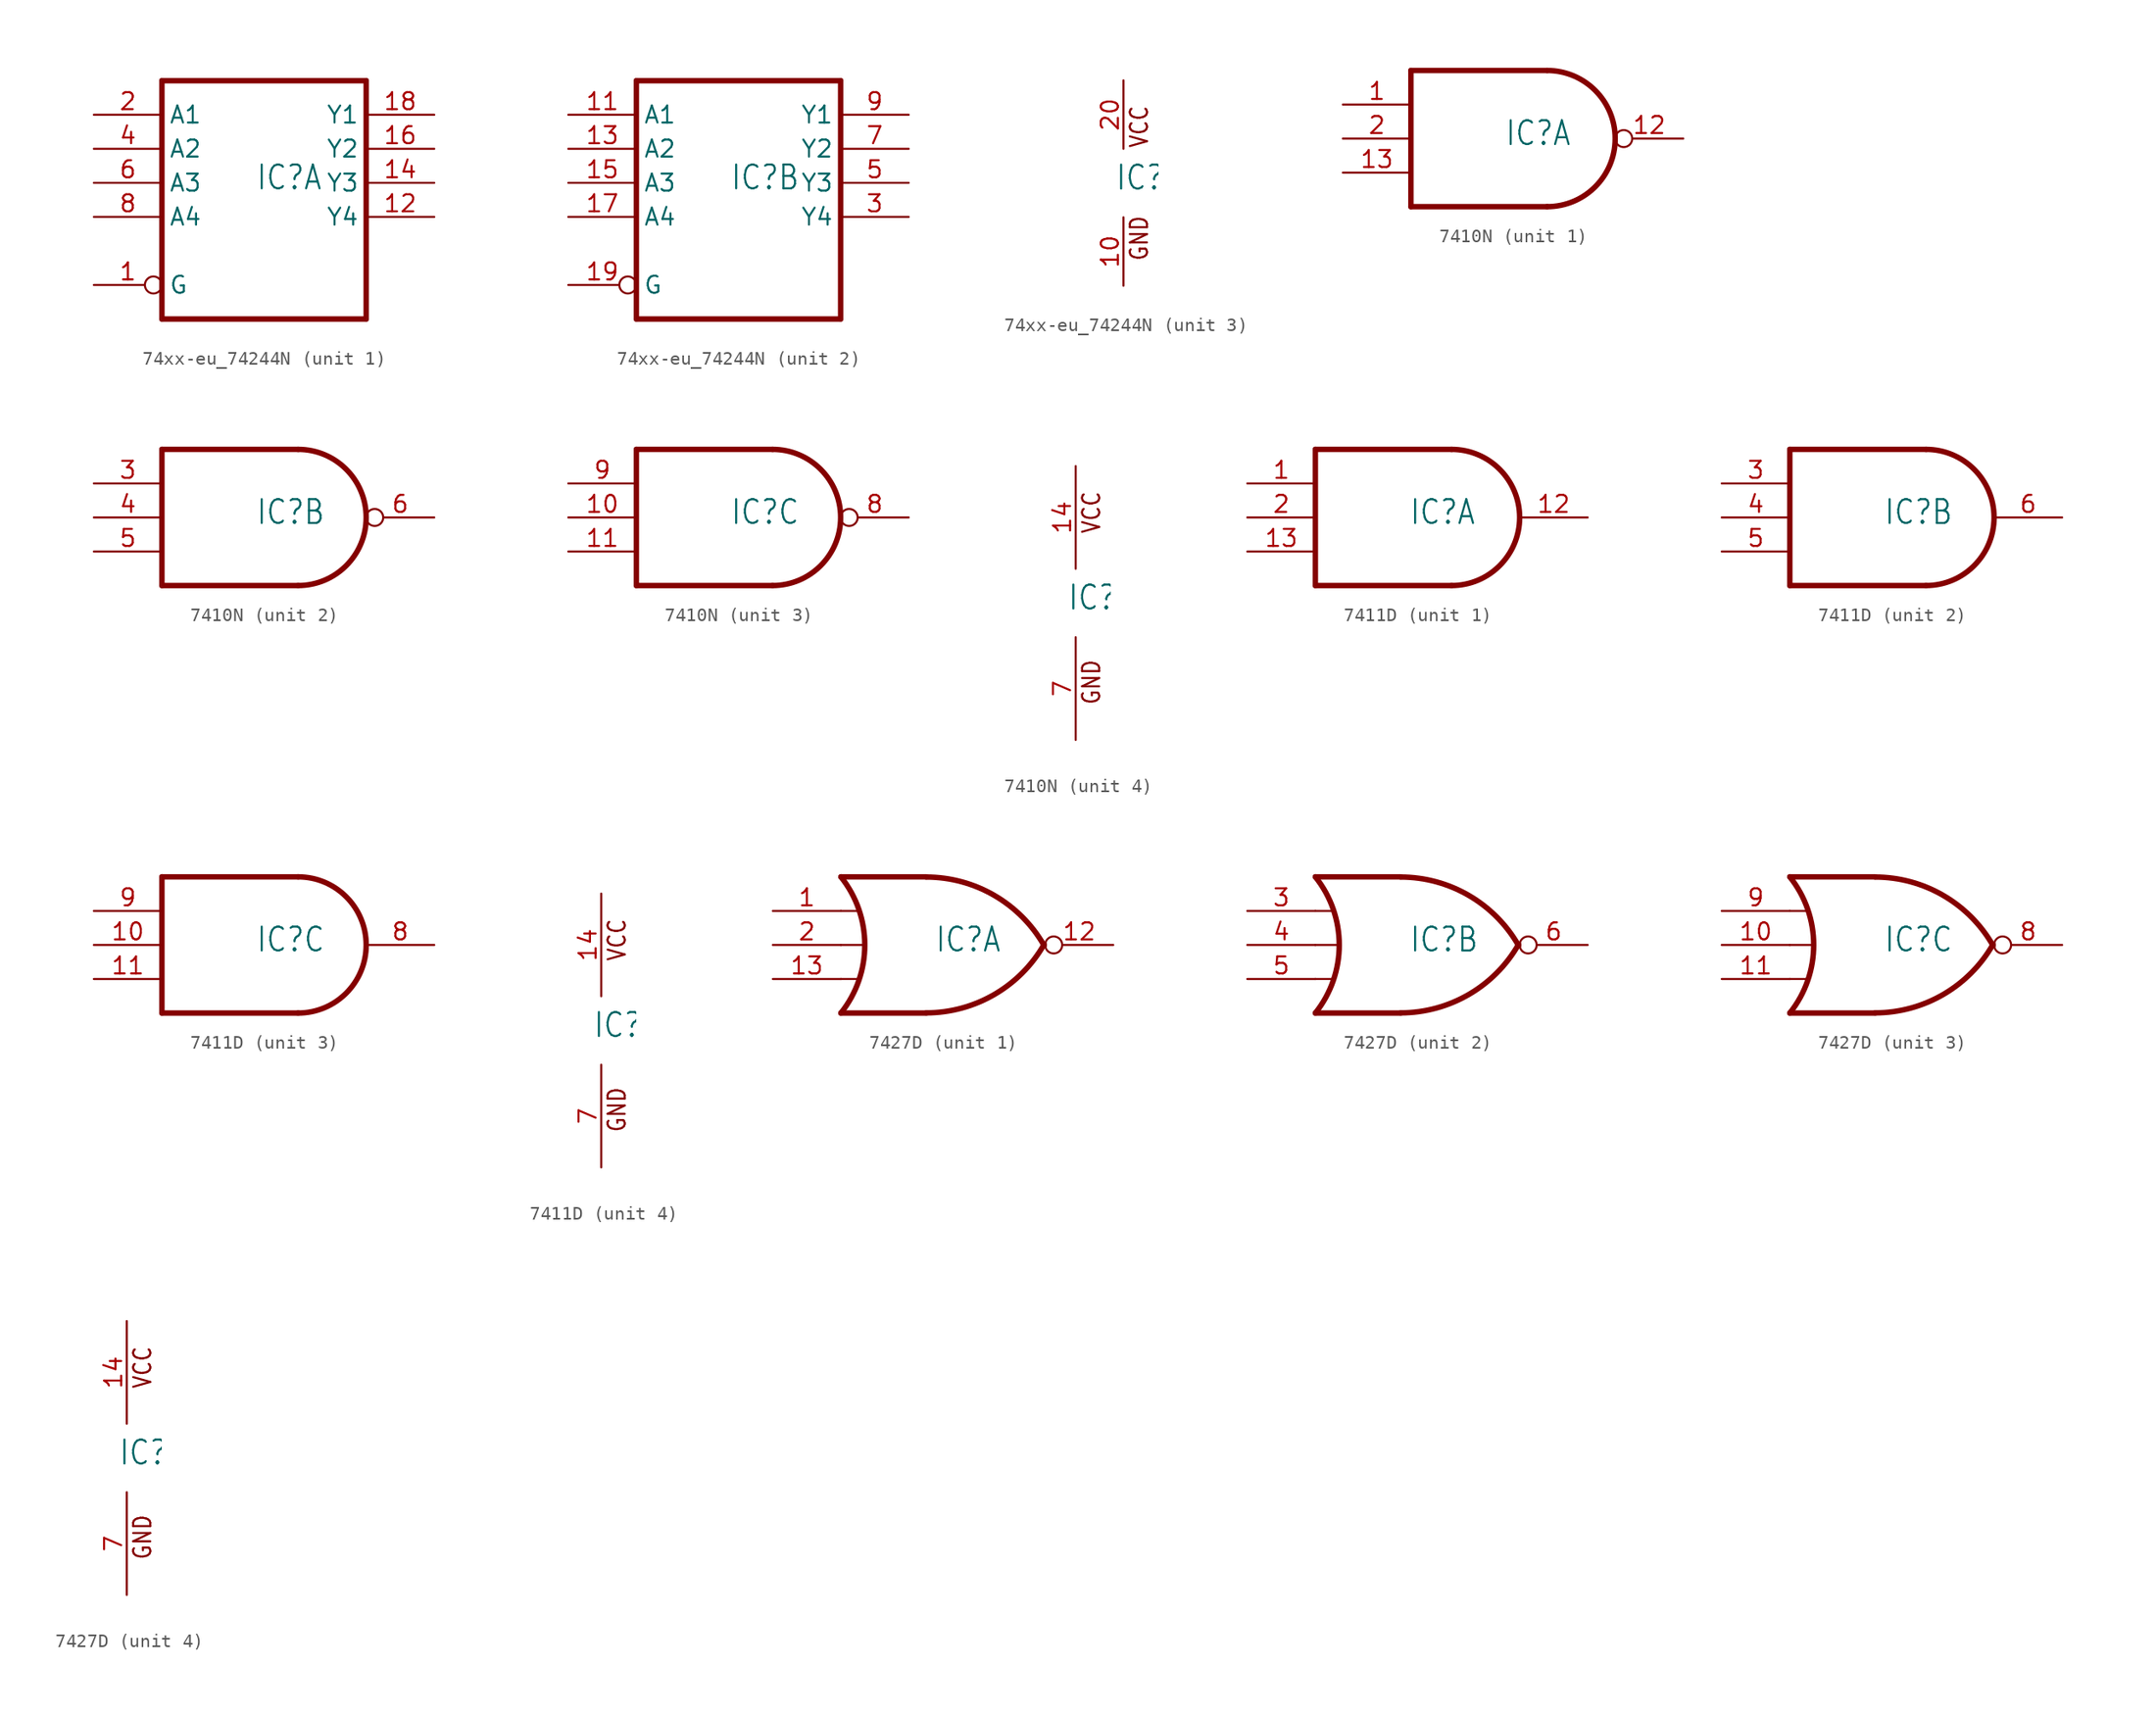
<source format=kicad_sym>
(kicad_symbol_lib
  (version 20220914)
  (generator kicad_symbol_editor)
  (symbol "74xx-eu_74244N"
    (property "Reference" "IC"
      (at -0.635 -0.635 0)
      (effects (font (size 1.778 1.511)) (justify left bottom)))
    (property "ki_locked" ""
      (at 0 0 0)
      (effects (font (size 1.27 1.27))))
    (symbol "74xx-eu_74244N_1_0"
      (polyline (pts (xy -7.62 -10.16) (xy 7.62 -10.16)) (stroke (width 0.406) (type solid)) (fill (type none)))
      (polyline (pts (xy -7.62 7.62) (xy -7.62 -10.16)) (stroke (width 0.406) (type solid)) (fill (type none)))
      (polyline (pts (xy 7.62 -10.16) (xy 7.62 7.62)) (stroke (width 0.406) (type solid)) (fill (type none)))
      (polyline (pts (xy 7.62 7.62) (xy -7.62 7.62)) (stroke (width 0.406) (type solid)) (fill (type none)))
      (pin input inverted (at -12.7 -7.62 0) (length 5.08) (name "G" (effects (font (size 1.27 1.27)))) (number "1" (effects (font (size 1.27 1.27)))))
      (pin tri_state line (at 12.7 -2.54 180) (length 5.08) (name "Y4" (effects (font (size 1.27 1.27)))) (number "12" (effects (font (size 1.27 1.27)))))
      (pin tri_state line (at 12.7 0 180) (length 5.08) (name "Y3" (effects (font (size 1.27 1.27)))) (number "14" (effects (font (size 1.27 1.27)))))
      (pin tri_state line (at 12.7 2.54 180) (length 5.08) (name "Y2" (effects (font (size 1.27 1.27)))) (number "16" (effects (font (size 1.27 1.27)))))
      (pin tri_state line (at 12.7 5.08 180) (length 5.08) (name "Y1" (effects (font (size 1.27 1.27)))) (number "18" (effects (font (size 1.27 1.27)))))
      (pin input line (at -12.7 5.08 0) (length 5.08) (name "A1" (effects (font (size 1.27 1.27)))) (number "2" (effects (font (size 1.27 1.27)))))
      (pin input line (at -12.7 2.54 0) (length 5.08) (name "A2" (effects (font (size 1.27 1.27)))) (number "4" (effects (font (size 1.27 1.27)))))
      (pin input line (at -12.7 0 0) (length 5.08) (name "A3" (effects (font (size 1.27 1.27)))) (number "6" (effects (font (size 1.27 1.27)))))
      (pin input line (at -12.7 -2.54 0) (length 5.08) (name "A4" (effects (font (size 1.27 1.27)))) (number "8" (effects (font (size 1.27 1.27))))))
    (symbol "74xx-eu_74244N_2_0"
      (polyline (pts (xy -7.62 -10.16) (xy 7.62 -10.16)) (stroke (width 0.406) (type solid)) (fill (type none)))
      (polyline (pts (xy -7.62 7.62) (xy -7.62 -10.16)) (stroke (width 0.406) (type solid)) (fill (type none)))
      (polyline (pts (xy 7.62 -10.16) (xy 7.62 7.62)) (stroke (width 0.406) (type solid)) (fill (type none)))
      (polyline (pts (xy 7.62 7.62) (xy -7.62 7.62)) (stroke (width 0.406) (type solid)) (fill (type none)))
      (pin input line (at -12.7 5.08 0) (length 5.08) (name "A1" (effects (font (size 1.27 1.27)))) (number "11" (effects (font (size 1.27 1.27)))))
      (pin input line (at -12.7 2.54 0) (length 5.08) (name "A2" (effects (font (size 1.27 1.27)))) (number "13" (effects (font (size 1.27 1.27)))))
      (pin input line (at -12.7 0 0) (length 5.08) (name "A3" (effects (font (size 1.27 1.27)))) (number "15" (effects (font (size 1.27 1.27)))))
      (pin input line (at -12.7 -2.54 0) (length 5.08) (name "A4" (effects (font (size 1.27 1.27)))) (number "17" (effects (font (size 1.27 1.27)))))
      (pin input inverted (at -12.7 -7.62 0) (length 5.08) (name "G" (effects (font (size 1.27 1.27)))) (number "19" (effects (font (size 1.27 1.27)))))
      (pin tri_state line (at 12.7 -2.54 180) (length 5.08) (name "Y4" (effects (font (size 1.27 1.27)))) (number "3" (effects (font (size 1.27 1.27)))))
      (pin tri_state line (at 12.7 0 180) (length 5.08) (name "Y3" (effects (font (size 1.27 1.27)))) (number "5" (effects (font (size 1.27 1.27)))))
      (pin tri_state line (at 12.7 2.54 180) (length 5.08) (name "Y2" (effects (font (size 1.27 1.27)))) (number "7" (effects (font (size 1.27 1.27)))))
      (pin tri_state line (at 12.7 5.08 180) (length 5.08) (name "Y1" (effects (font (size 1.27 1.27)))) (number "9" (effects (font (size 1.27 1.27))))))
    (symbol "74xx-eu_74244N_3_0"
      (text "GND" (at 1.905 -5.842 900) (effects (font (size 1.27 1.079)) (justify left bottom)))
      (text "VCC" (at 1.905 2.54 900) (effects (font (size 1.27 1.079)) (justify left bottom)))
      (pin power_in line (at 0 -7.62 90) (length 5.08) (name "GND" (effects (font (size 0 0)))) (number "10" (effects (font (size 1.27 1.27)))))
      (pin power_in line (at 0 7.62 270) (length 5.08) (name "VCC" (effects (font (size 0 0)))) (number "20" (effects (font (size 1.27 1.27)))))))
  (symbol "7410N"
    (property "Reference" "IC"
      (at -0.635 -0.635 0)
      (effects (font (size 1.778 1.511)) (justify left bottom)))
    (property "ki_locked" ""
      (at 0 0 0)
      (effects (font (size 1.27 1.27))))
    (symbol "7410N_1_0"
      (polyline (pts (xy -7.62 -5.08) (xy 2.54 -5.08)) (stroke (width 0.406) (type solid)) (fill (type none)))
      (polyline (pts (xy -7.62 5.08) (xy -7.62 -5.08)) (stroke (width 0.406) (type solid)) (fill (type none)))
      (polyline (pts (xy 2.54 5.08) (xy -7.62 5.08)) (stroke (width 0.406) (type solid)) (fill (type none)))
      (arc (start 2.5398 -5.08) (mid 7.6199 -0.0001) (end 2.54 5.08) (stroke (width 0.4064) (type solid)) (fill (type none)))
      (pin input line (at -12.7 2.54 0) (length 5.08) (name "I0" (effects (font (size 0 0)))) (number "1" (effects (font (size 1.27 1.27)))))
      (pin output inverted (at 12.7 0 180) (length 5.08) (name "O" (effects (font (size 0 0)))) (number "12" (effects (font (size 1.27 1.27)))))
      (pin input line (at -12.7 -2.54 0) (length 5.08) (name "I2" (effects (font (size 0 0)))) (number "13" (effects (font (size 1.27 1.27)))))
      (pin input line (at -12.7 0 0) (length 5.08) (name "I1" (effects (font (size 0 0)))) (number "2" (effects (font (size 1.27 1.27))))))
    (symbol "7410N_2_0"
      (polyline (pts (xy -7.62 -5.08) (xy 2.54 -5.08)) (stroke (width 0.406) (type solid)) (fill (type none)))
      (polyline (pts (xy -7.62 5.08) (xy -7.62 -5.08)) (stroke (width 0.406) (type solid)) (fill (type none)))
      (polyline (pts (xy 2.54 5.08) (xy -7.62 5.08)) (stroke (width 0.406) (type solid)) (fill (type none)))
      (arc (start 2.5398 -5.08) (mid 7.6199 -0.0001) (end 2.54 5.08) (stroke (width 0.4064) (type solid)) (fill (type none)))
      (pin input line (at -12.7 2.54 0) (length 5.08) (name "I0" (effects (font (size 0 0)))) (number "3" (effects (font (size 1.27 1.27)))))
      (pin input line (at -12.7 0 0) (length 5.08) (name "I1" (effects (font (size 0 0)))) (number "4" (effects (font (size 1.27 1.27)))))
      (pin input line (at -12.7 -2.54 0) (length 5.08) (name "I2" (effects (font (size 0 0)))) (number "5" (effects (font (size 1.27 1.27)))))
      (pin output inverted (at 12.7 0 180) (length 5.08) (name "O" (effects (font (size 0 0)))) (number "6" (effects (font (size 1.27 1.27))))))
    (symbol "7410N_3_0"
      (polyline (pts (xy -7.62 -5.08) (xy 2.54 -5.08)) (stroke (width 0.406) (type solid)) (fill (type none)))
      (polyline (pts (xy -7.62 5.08) (xy -7.62 -5.08)) (stroke (width 0.406) (type solid)) (fill (type none)))
      (polyline (pts (xy 2.54 5.08) (xy -7.62 5.08)) (stroke (width 0.406) (type solid)) (fill (type none)))
      (arc (start 2.5398 -5.08) (mid 7.6199 -0.0001) (end 2.54 5.08) (stroke (width 0.4064) (type solid)) (fill (type none)))
      (pin input line (at -12.7 0 0) (length 5.08) (name "I1" (effects (font (size 0 0)))) (number "10" (effects (font (size 1.27 1.27)))))
      (pin input line (at -12.7 -2.54 0) (length 5.08) (name "I2" (effects (font (size 0 0)))) (number "11" (effects (font (size 1.27 1.27)))))
      (pin output inverted (at 12.7 0 180) (length 5.08) (name "O" (effects (font (size 0 0)))) (number "8" (effects (font (size 1.27 1.27)))))
      (pin input line (at -12.7 2.54 0) (length 5.08) (name "I0" (effects (font (size 0 0)))) (number "9" (effects (font (size 1.27 1.27))))))
    (symbol "7410N_4_0"
      (text "GND" (at 1.905 -7.62 900) (effects (font (size 1.27 1.079)) (justify left bottom)))
      (text "VCC" (at 1.905 5.08 900) (effects (font (size 1.27 1.079)) (justify left bottom)))
      (pin power_in line (at 0 10.16 270) (length 7.62) (name "VCC" (effects (font (size 0 0)))) (number "14" (effects (font (size 1.27 1.27)))))
      (pin power_in line (at 0 -10.16 90) (length 7.62) (name "GND" (effects (font (size 0 0)))) (number "7" (effects (font (size 1.27 1.27)))))))
  (symbol "7411D"
    (property "Reference" "IC"
      (at -0.635 -0.635 0)
      (effects (font (size 1.778 1.511)) (justify left bottom)))
    (property "ki_locked" ""
      (at 0 0 0)
      (effects (font (size 1.27 1.27))))
    (symbol "7411D_1_0"
      (polyline (pts (xy -7.62 -5.08) (xy 2.54 -5.08)) (stroke (width 0.406) (type solid)) (fill (type none)))
      (polyline (pts (xy -7.62 5.08) (xy -7.62 -5.08)) (stroke (width 0.406) (type solid)) (fill (type none)))
      (polyline (pts (xy 2.54 5.08) (xy -7.62 5.08)) (stroke (width 0.406) (type solid)) (fill (type none)))
      (arc (start 2.5398 -5.08) (mid 7.6199 -0.0001) (end 2.54 5.08) (stroke (width 0.4064) (type solid)) (fill (type none)))
      (pin input line (at -12.7 2.54 0) (length 5.08) (name "I0" (effects (font (size 0 0)))) (number "1" (effects (font (size 1.27 1.27)))))
      (pin output line (at 12.7 0 180) (length 5.08) (name "O" (effects (font (size 0 0)))) (number "12" (effects (font (size 1.27 1.27)))))
      (pin input line (at -12.7 -2.54 0) (length 5.08) (name "I2" (effects (font (size 0 0)))) (number "13" (effects (font (size 1.27 1.27)))))
      (pin input line (at -12.7 0 0) (length 5.08) (name "I1" (effects (font (size 0 0)))) (number "2" (effects (font (size 1.27 1.27))))))
    (symbol "7411D_2_0"
      (polyline (pts (xy -7.62 -5.08) (xy 2.54 -5.08)) (stroke (width 0.406) (type solid)) (fill (type none)))
      (polyline (pts (xy -7.62 5.08) (xy -7.62 -5.08)) (stroke (width 0.406) (type solid)) (fill (type none)))
      (polyline (pts (xy 2.54 5.08) (xy -7.62 5.08)) (stroke (width 0.406) (type solid)) (fill (type none)))
      (arc (start 2.5398 -5.08) (mid 7.6199 -0.0001) (end 2.54 5.08) (stroke (width 0.4064) (type solid)) (fill (type none)))
      (pin input line (at -12.7 2.54 0) (length 5.08) (name "I0" (effects (font (size 0 0)))) (number "3" (effects (font (size 1.27 1.27)))))
      (pin input line (at -12.7 0 0) (length 5.08) (name "I1" (effects (font (size 0 0)))) (number "4" (effects (font (size 1.27 1.27)))))
      (pin input line (at -12.7 -2.54 0) (length 5.08) (name "I2" (effects (font (size 0 0)))) (number "5" (effects (font (size 1.27 1.27)))))
      (pin output line (at 12.7 0 180) (length 5.08) (name "O" (effects (font (size 0 0)))) (number "6" (effects (font (size 1.27 1.27))))))
    (symbol "7411D_3_0"
      (polyline (pts (xy -7.62 -5.08) (xy 2.54 -5.08)) (stroke (width 0.406) (type solid)) (fill (type none)))
      (polyline (pts (xy -7.62 5.08) (xy -7.62 -5.08)) (stroke (width 0.406) (type solid)) (fill (type none)))
      (polyline (pts (xy 2.54 5.08) (xy -7.62 5.08)) (stroke (width 0.406) (type solid)) (fill (type none)))
      (arc (start 2.5398 -5.08) (mid 7.6199 -0.0001) (end 2.54 5.08) (stroke (width 0.4064) (type solid)) (fill (type none)))
      (pin input line (at -12.7 0 0) (length 5.08) (name "I1" (effects (font (size 0 0)))) (number "10" (effects (font (size 1.27 1.27)))))
      (pin input line (at -12.7 -2.54 0) (length 5.08) (name "I2" (effects (font (size 0 0)))) (number "11" (effects (font (size 1.27 1.27)))))
      (pin output line (at 12.7 0 180) (length 5.08) (name "O" (effects (font (size 0 0)))) (number "8" (effects (font (size 1.27 1.27)))))
      (pin input line (at -12.7 2.54 0) (length 5.08) (name "I0" (effects (font (size 0 0)))) (number "9" (effects (font (size 1.27 1.27))))))
    (symbol "7411D_4_0"
      (text "GND" (at 1.905 -7.62 900) (effects (font (size 1.27 1.079)) (justify left bottom)))
      (text "VCC" (at 1.905 5.08 900) (effects (font (size 1.27 1.079)) (justify left bottom)))
      (pin power_in line (at 0 10.16 270) (length 7.62) (name "VCC" (effects (font (size 0 0)))) (number "14" (effects (font (size 1.27 1.27)))))
      (pin power_in line (at 0 -10.16 90) (length 7.62) (name "GND" (effects (font (size 0 0)))) (number "7" (effects (font (size 1.27 1.27)))))))
  (symbol "7427D"
    (property "Reference" "IC"
      (at -0.635 -0.635 0)
      (effects (font (size 1.778 1.511)) (justify left bottom)))
    (property "ki_locked" ""
      (at 0 0 0)
      (effects (font (size 1.27 1.27))))
    (symbol "7427D_1_0"
      (arc (start -7.6199 -5.0799) (mid -5.838 0.0001) (end -7.62 5.08) (stroke (width 0.4064) (type solid)) (fill (type none)))
      (arc (start -1.2446 -5.0678) (mid 3.8371 -3.6891) (end 7.5439 0.0506) (stroke (width 0.4064) (type solid)) (fill (type none)))
      (polyline (pts (xy -7.62 -2.54) (xy -6.35 -2.54)) (stroke (width 0.152) (type solid)) (fill (type none)))
      (polyline (pts (xy -7.62 0) (xy -5.842 0)) (stroke (width 0.152) (type solid)) (fill (type none)))
      (polyline (pts (xy -7.62 2.54) (xy -6.35 2.54)) (stroke (width 0.152) (type solid)) (fill (type none)))
      (polyline (pts (xy -1.27 -5.08) (xy -7.62 -5.08)) (stroke (width 0.406) (type solid)) (fill (type none)))
      (polyline (pts (xy -1.27 5.08) (xy -7.62 5.08)) (stroke (width 0.406) (type solid)) (fill (type none)))
      (arc (start 7.5441 -0.0504) (mid 3.8372 3.6892) (end -1.2446 5.0678) (stroke (width 0.4064) (type solid)) (fill (type none)))
      (pin input line (at -12.7 2.54 0) (length 5.08) (name "I0" (effects (font (size 0 0)))) (number "1" (effects (font (size 1.27 1.27)))))
      (pin output inverted (at 12.7 0 180) (length 5.08) (name "O" (effects (font (size 0 0)))) (number "12" (effects (font (size 1.27 1.27)))))
      (pin input line (at -12.7 -2.54 0) (length 5.08) (name "I2" (effects (font (size 0 0)))) (number "13" (effects (font (size 1.27 1.27)))))
      (pin input line (at -12.7 0 0) (length 5.08) (name "I1" (effects (font (size 0 0)))) (number "2" (effects (font (size 1.27 1.27))))))
    (symbol "7427D_2_0"
      (arc (start -7.6199 -5.0799) (mid -5.838 0.0001) (end -7.62 5.08) (stroke (width 0.4064) (type solid)) (fill (type none)))
      (arc (start -1.2446 -5.0678) (mid 3.8371 -3.6891) (end 7.5439 0.0506) (stroke (width 0.4064) (type solid)) (fill (type none)))
      (polyline (pts (xy -7.62 -2.54) (xy -6.35 -2.54)) (stroke (width 0.152) (type solid)) (fill (type none)))
      (polyline (pts (xy -7.62 0) (xy -5.842 0)) (stroke (width 0.152) (type solid)) (fill (type none)))
      (polyline (pts (xy -7.62 2.54) (xy -6.35 2.54)) (stroke (width 0.152) (type solid)) (fill (type none)))
      (polyline (pts (xy -1.27 -5.08) (xy -7.62 -5.08)) (stroke (width 0.406) (type solid)) (fill (type none)))
      (polyline (pts (xy -1.27 5.08) (xy -7.62 5.08)) (stroke (width 0.406) (type solid)) (fill (type none)))
      (arc (start 7.5441 -0.0504) (mid 3.8372 3.6892) (end -1.2446 5.0678) (stroke (width 0.4064) (type solid)) (fill (type none)))
      (pin input line (at -12.7 2.54 0) (length 5.08) (name "I0" (effects (font (size 0 0)))) (number "3" (effects (font (size 1.27 1.27)))))
      (pin input line (at -12.7 0 0) (length 5.08) (name "I1" (effects (font (size 0 0)))) (number "4" (effects (font (size 1.27 1.27)))))
      (pin input line (at -12.7 -2.54 0) (length 5.08) (name "I2" (effects (font (size 0 0)))) (number "5" (effects (font (size 1.27 1.27)))))
      (pin output inverted (at 12.7 0 180) (length 5.08) (name "O" (effects (font (size 0 0)))) (number "6" (effects (font (size 1.27 1.27))))))
    (symbol "7427D_3_0"
      (arc (start -7.6199 -5.0799) (mid -5.838 0.0001) (end -7.62 5.08) (stroke (width 0.4064) (type solid)) (fill (type none)))
      (arc (start -1.2446 -5.0678) (mid 3.8371 -3.6891) (end 7.5439 0.0506) (stroke (width 0.4064) (type solid)) (fill (type none)))
      (polyline (pts (xy -7.62 -2.54) (xy -6.35 -2.54)) (stroke (width 0.152) (type solid)) (fill (type none)))
      (polyline (pts (xy -7.62 0) (xy -5.842 0)) (stroke (width 0.152) (type solid)) (fill (type none)))
      (polyline (pts (xy -7.62 2.54) (xy -6.35 2.54)) (stroke (width 0.152) (type solid)) (fill (type none)))
      (polyline (pts (xy -1.27 -5.08) (xy -7.62 -5.08)) (stroke (width 0.406) (type solid)) (fill (type none)))
      (polyline (pts (xy -1.27 5.08) (xy -7.62 5.08)) (stroke (width 0.406) (type solid)) (fill (type none)))
      (arc (start 7.5441 -0.0504) (mid 3.8372 3.6892) (end -1.2446 5.0678) (stroke (width 0.4064) (type solid)) (fill (type none)))
      (pin input line (at -12.7 0 0) (length 5.08) (name "I1" (effects (font (size 0 0)))) (number "10" (effects (font (size 1.27 1.27)))))
      (pin input line (at -12.7 -2.54 0) (length 5.08) (name "I2" (effects (font (size 0 0)))) (number "11" (effects (font (size 1.27 1.27)))))
      (pin output inverted (at 12.7 0 180) (length 5.08) (name "O" (effects (font (size 0 0)))) (number "8" (effects (font (size 1.27 1.27)))))
      (pin input line (at -12.7 2.54 0) (length 5.08) (name "I0" (effects (font (size 0 0)))) (number "9" (effects (font (size 1.27 1.27))))))
    (symbol "7427D_4_0"
      (text "GND" (at 1.905 -7.62 900) (effects (font (size 1.27 1.079)) (justify left bottom)))
      (text "VCC" (at 1.905 5.08 900) (effects (font (size 1.27 1.079)) (justify left bottom)))
      (pin power_in line (at 0 10.16 270) (length 7.62) (name "VCC" (effects (font (size 0 0)))) (number "14" (effects (font (size 1.27 1.27)))))
      (pin power_in line (at 0 -10.16 90) (length 7.62) (name "GND" (effects (font (size 0 0)))) (number "7" (effects (font (size 1.27 1.27))))))))
</source>
